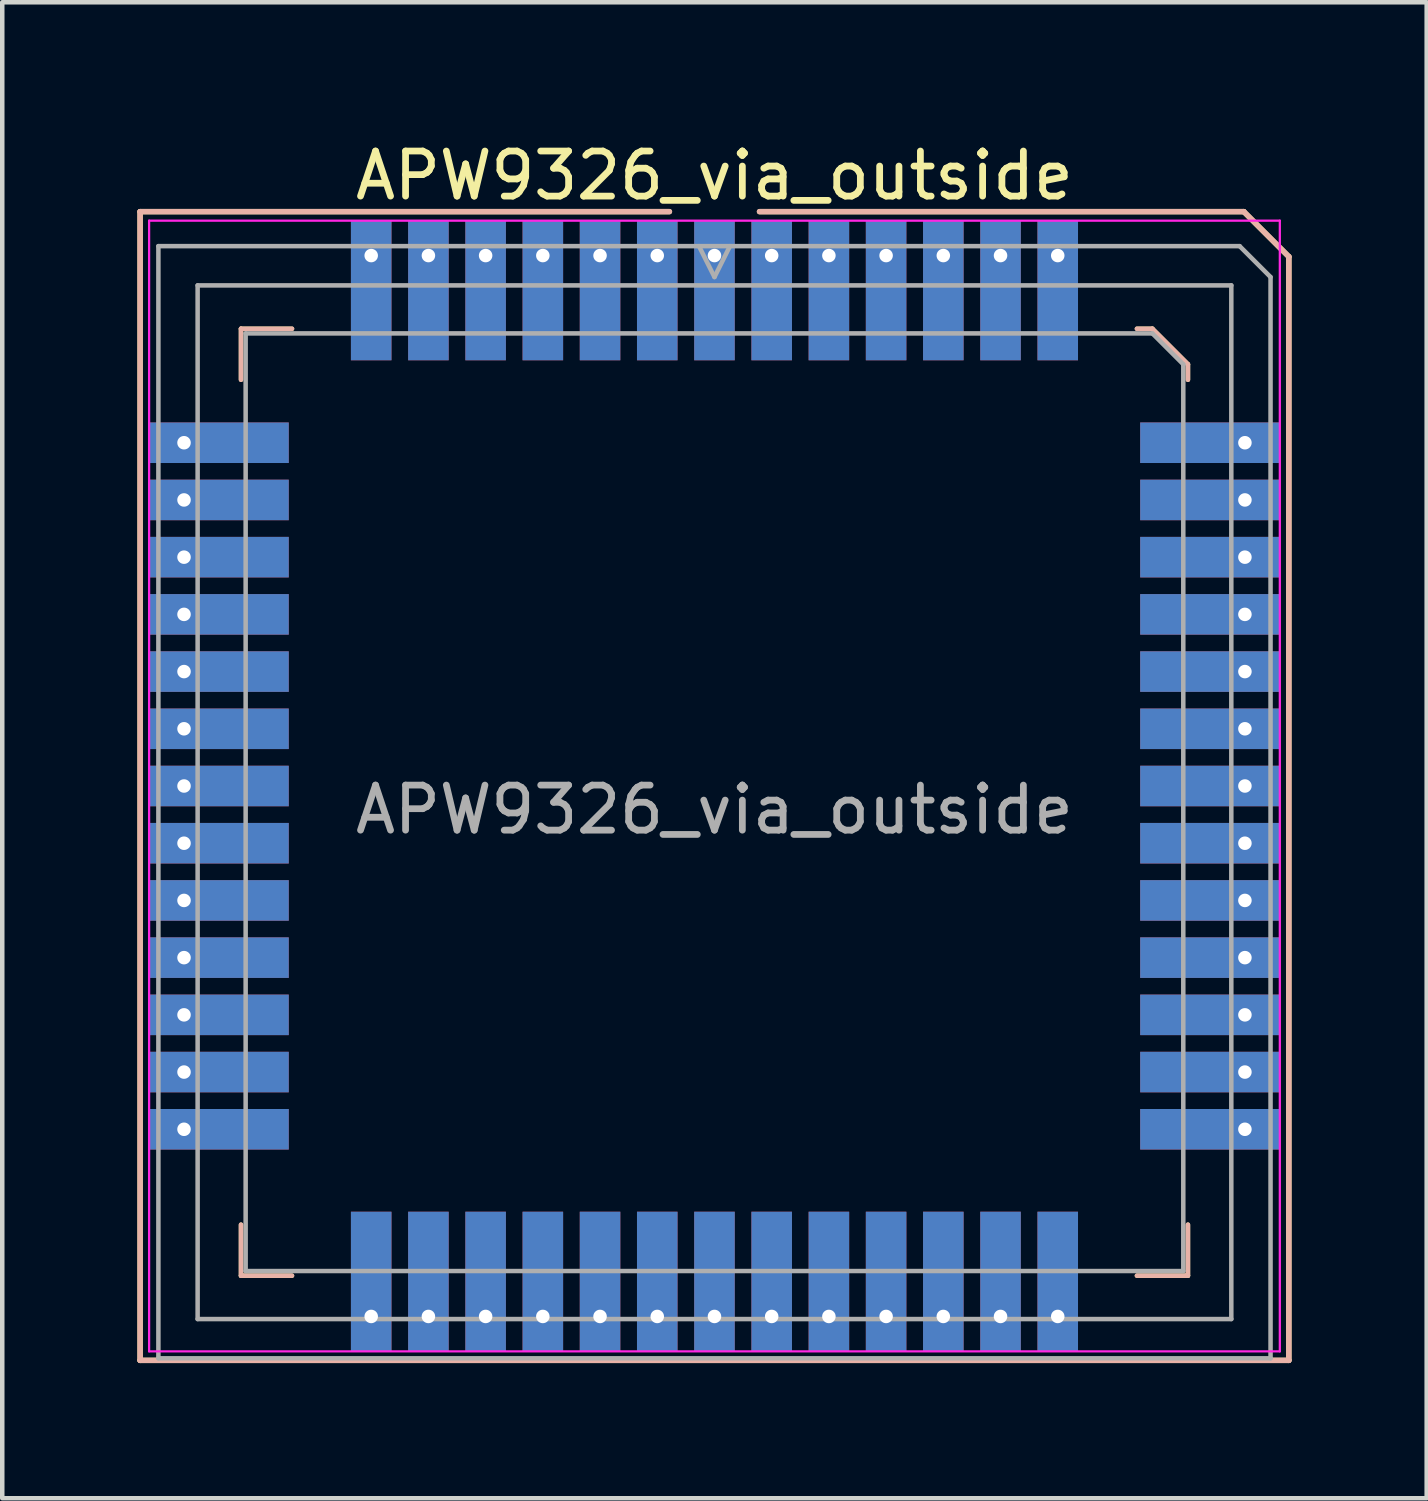
<source format=kicad_pcb>
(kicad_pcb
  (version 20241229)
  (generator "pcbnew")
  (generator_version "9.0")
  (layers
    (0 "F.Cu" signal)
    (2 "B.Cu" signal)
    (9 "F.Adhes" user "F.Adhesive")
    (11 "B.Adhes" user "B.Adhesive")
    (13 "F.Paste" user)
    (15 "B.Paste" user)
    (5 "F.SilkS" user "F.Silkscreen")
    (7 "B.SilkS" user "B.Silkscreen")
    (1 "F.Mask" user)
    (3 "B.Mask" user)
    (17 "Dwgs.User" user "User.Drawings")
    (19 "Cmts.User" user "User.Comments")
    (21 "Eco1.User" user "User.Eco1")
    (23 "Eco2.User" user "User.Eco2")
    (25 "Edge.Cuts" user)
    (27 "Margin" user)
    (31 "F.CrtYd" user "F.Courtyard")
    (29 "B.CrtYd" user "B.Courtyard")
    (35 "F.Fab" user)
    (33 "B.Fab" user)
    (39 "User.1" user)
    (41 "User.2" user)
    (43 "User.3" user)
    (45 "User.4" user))
  (footprint "APW9326_via_outside"
    (layer "F.Cu")
    (at 12.81 14.398)
    (property "Reference" "APW9326_via_outside" (at 0 -13.55 180) (layer "F.SilkS") (effects (font (size 1 1) (thickness 0.15))))
    (attr smd)
    (fp_line (start -12.75 -12.75) (end -1 -12.75) (stroke (width 0.12) (type solid)) (layer "F.SilkS"))
    (fp_line (start -12.75 12.75) (end -12.75 -12.75) (stroke (width 0.12) (type solid)) (layer "F.SilkS"))
    (fp_line (start -10.51 -10.15) (end -10.51 -9.018) (stroke (width 0.1) (type solid)) (layer "F.SilkS"))
    (fp_line (start -10.51 10.87) (end -10.51 9.738) (stroke (width 0.1) (type solid)) (layer "F.SilkS"))
    (fp_line (start -9.378 -10.15) (end -10.51 -10.15) (stroke (width 0.1) (type solid)) (layer "F.SilkS"))
    (fp_line (start -9.378 10.87) (end -10.51 10.87) (stroke (width 0.1) (type solid)) (layer "F.SilkS"))
    (fp_line (start 1 -12.75) (end 11.75 -12.75) (stroke (width 0.12) (type solid)) (layer "F.SilkS"))
    (fp_line (start 9.378 -10.15) (end 9.721 -10.15) (stroke (width 0.1) (type solid)) (layer "F.SilkS"))
    (fp_line (start 9.378 10.87) (end 10.51 10.87) (stroke (width 0.1) (type solid)) (layer "F.SilkS"))
    (fp_line (start 9.721 -10.15) (end 10.51 -9.361) (stroke (width 0.1) (type solid)) (layer "F.SilkS"))
    (fp_line (start 10.51 -9.361) (end 10.51 -9.018) (stroke (width 0.1) (type solid)) (layer "F.SilkS"))
    (fp_line (start 10.51 10.87) (end 10.51 9.738) (stroke (width 0.1) (type solid)) (layer "F.SilkS"))
    (fp_line (start 11.75 -12.75) (end 12.75 -11.75) (stroke (width 0.12) (type solid)) (layer "F.SilkS"))
    (fp_line (start 12.75 -11.75) (end 12.75 12.75) (stroke (width 0.12) (type solid)) (layer "F.SilkS"))
    (fp_line (start 12.75 12.75) (end -12.75 12.75) (stroke (width 0.12) (type solid)) (layer "F.SilkS"))
    (fp_line (start -12.75 -12.75) (end -1 -12.75) (stroke (width 0.12) (type solid)) (layer "B.SilkS"))
    (fp_line (start -12.75 12.75) (end -12.75 -12.75) (stroke (width 0.12) (type solid)) (layer "B.SilkS"))
    (fp_line (start -10.51 -10.15) (end -10.51 -9.018) (stroke (width 0.1) (type solid)) (layer "B.SilkS"))
    (fp_line (start -10.51 10.87) (end -10.51 9.738) (stroke (width 0.1) (type solid)) (layer "B.SilkS"))
    (fp_line (start -9.378 -10.15) (end -10.51 -10.15) (stroke (width 0.1) (type solid)) (layer "B.SilkS"))
    (fp_line (start -9.378 10.87) (end -10.51 10.87) (stroke (width 0.1) (type solid)) (layer "B.SilkS"))
    (fp_line (start 1 -12.75) (end 11.75 -12.75) (stroke (width 0.12) (type solid)) (layer "B.SilkS"))
    (fp_line (start 9.378 -10.15) (end 9.721 -10.15) (stroke (width 0.1) (type solid)) (layer "B.SilkS"))
    (fp_line (start 9.378 10.87) (end 10.51 10.87) (stroke (width 0.1) (type solid)) (layer "B.SilkS"))
    (fp_line (start 9.721 -10.15) (end 10.51 -9.361) (stroke (width 0.1) (type solid)) (layer "B.SilkS"))
    (fp_line (start 10.51 -9.361) (end 10.51 -9.018) (stroke (width 0.1) (type solid)) (layer "B.SilkS"))
    (fp_line (start 10.51 10.87) (end 10.51 9.738) (stroke (width 0.1) (type solid)) (layer "B.SilkS"))
    (fp_line (start 11.75 -12.75) (end 12.75 -11.75) (stroke (width 0.12) (type solid)) (layer "B.SilkS"))
    (fp_line (start 12.75 -11.75) (end 12.75 12.75) (stroke (width 0.12) (type solid)) (layer "B.SilkS"))
    (fp_line (start 12.75 12.75) (end -12.75 12.75) (stroke (width 0.12) (type solid)) (layer "B.SilkS"))
    (fp_line (start -12.55 -12.55) (end 12.55 -12.55) (stroke (width 0.05) (type solid)) (layer "F.CrtYd"))
    (fp_line (start -12.55 12.55) (end -12.55 -12.55) (stroke (width 0.05) (type solid)) (layer "F.CrtYd"))
    (fp_line (start 12.55 -12.55) (end 12.55 12.55) (stroke (width 0.05) (type solid)) (layer "F.CrtYd"))
    (fp_line (start 12.55 12.55) (end -12.55 12.55) (stroke (width 0.05) (type solid)) (layer "F.CrtYd"))
    (fp_line (start -12.344 -11.984) (end 11.658 -11.984) (stroke (width 0.1) (type solid)) (layer "F.Fab"))
    (fp_line (start -12.344 12.704) (end -12.344 -11.984) (stroke (width 0.1) (type solid)) (layer "F.Fab"))
    (fp_line (start -11.473 -11.113) (end 11.473 -11.113) (stroke (width 0.1) (type solid)) (layer "F.Fab"))
    (fp_line (start -11.473 11.833) (end -11.473 -11.113) (stroke (width 0.1) (type solid)) (layer "F.Fab"))
    (fp_line (start -10.407 -10.047) (end 9.721 -10.047) (stroke (width 0.1) (type solid)) (layer "F.Fab"))
    (fp_line (start -10.407 10.767) (end -10.407 -10.047) (stroke (width 0.1) (type solid)) (layer "F.Fab"))
    (fp_line (start 0 -11.298) (end -0.343 -11.984) (stroke (width 0.1) (type solid)) (layer "F.Fab"))
    (fp_line (start 0.343 -11.984) (end 0 -11.298) (stroke (width 0.1) (type solid)) (layer "F.Fab"))
    (fp_line (start 9.721 -10.047) (end 10.407 -9.361) (stroke (width 0.1) (type solid)) (layer "F.Fab"))
    (fp_line (start 10.407 -9.361) (end 10.407 10.767) (stroke (width 0.1) (type solid)) (layer "F.Fab"))
    (fp_line (start 10.407 10.767) (end -10.407 10.767) (stroke (width 0.1) (type solid)) (layer "F.Fab"))
    (fp_line (start 11.473 -11.113) (end 11.473 11.833) (stroke (width 0.1) (type solid)) (layer "F.Fab"))
    (fp_line (start 11.473 11.833) (end -11.473 11.833) (stroke (width 0.1) (type solid)) (layer "F.Fab"))
    (fp_line (start 11.658 -11.984) (end 12.344 -11.298) (stroke (width 0.1) (type solid)) (layer "F.Fab"))
    (fp_line (start 12.344 -11.298) (end 12.344 12.704) (stroke (width 0.1) (type solid)) (layer "F.Fab"))
    (fp_line (start 12.344 12.704) (end -12.344 12.704) (stroke (width 0.1) (type solid)) (layer "F.Fab"))
    (fp_text user "${REFERENCE}" (at 0 0.525 180) (layer "F.Fab") (effects (font (size 1 1) (thickness 0.15))))
    (pad "1" thru_hole rect (at 0 -11.775) (size 0.9 3.1) (drill 0.3 (offset 0 0.775)) (layers "*.Cu" "*.Mask"))
    (pad "2" thru_hole rect (at 1.27 -11.775) (size 0.9 3.1) (drill 0.3 (offset 0 0.775)) (layers "*.Cu" "*.Mask"))
    (pad "3" thru_hole rect (at 2.54 -11.775) (size 0.9 3.1) (drill 0.3 (offset 0 0.775)) (layers "*.Cu" "*.Mask"))
    (pad "4" thru_hole rect (at 3.81 -11.775) (size 0.9 3.1) (drill 0.3 (offset 0 0.775)) (layers "*.Cu" "*.Mask"))
    (pad "5" thru_hole rect (at 5.08 -11.775) (size 0.9 3.1) (drill 0.3 (offset 0 0.775)) (layers "*.Cu" "*.Mask"))
    (pad "6" thru_hole rect (at 6.35 -11.775) (size 0.9 3.1) (drill 0.3 (offset 0 0.775)) (layers "*.Cu" "*.Mask"))
    (pad "7" thru_hole rect (at 7.62 -11.775) (size 0.9 3.1) (drill 0.3 (offset 0 0.775)) (layers "*.Cu" "*.Mask"))
    (pad "8" thru_hole rect (at 11.775 -7.62) (size 3.1 0.9) (drill 0.3 (offset -0.775 0)) (layers "*.Cu" "*.Mask"))
    (pad "9" thru_hole rect (at 11.775 -6.35) (size 3.1 0.9) (drill 0.3 (offset -0.775 0)) (layers "*.Cu" "*.Mask"))
    (pad "10" thru_hole rect (at 11.775 -5.08) (size 3.1 0.9) (drill 0.3 (offset -0.775 0)) (layers "*.Cu" "*.Mask"))
    (pad "11" thru_hole rect (at 11.775 -3.81) (size 3.1 0.9) (drill 0.3 (offset -0.775 0)) (layers "*.Cu" "*.Mask"))
    (pad "12" thru_hole rect (at 11.775 -2.54) (size 3.1 0.9) (drill 0.3 (offset -0.775 0)) (layers "*.Cu" "*.Mask"))
    (pad "13" thru_hole rect (at 11.775 -1.27) (size 3.1 0.9) (drill 0.3 (offset -0.775 0)) (layers "*.Cu" "*.Mask"))
    (pad "14" thru_hole rect (at 11.775 0) (size 3.1 0.9) (drill 0.3 (offset -0.775 0)) (layers "*.Cu" "*.Mask"))
    (pad "15" thru_hole rect (at 11.775 1.27) (size 3.1 0.9) (drill 0.3 (offset -0.775 0)) (layers "*.Cu" "*.Mask"))
    (pad "16" thru_hole rect (at 11.775 2.54) (size 3.1 0.9) (drill 0.3 (offset -0.775 0)) (layers "*.Cu" "*.Mask"))
    (pad "17" thru_hole rect (at 11.775 3.81) (size 3.1 0.9) (drill 0.3 (offset -0.775 0)) (layers "*.Cu" "*.Mask"))
    (pad "18" thru_hole rect (at 11.775 5.08) (size 3.1 0.9) (drill 0.3 (offset -0.775 0)) (layers "*.Cu" "*.Mask"))
    (pad "19" thru_hole rect (at 11.775 6.35) (size 3.1 0.9) (drill 0.3 (offset -0.775 0)) (layers "*.Cu" "*.Mask"))
    (pad "20" thru_hole rect (at 11.775 7.62) (size 3.1 0.9) (drill 0.3 (offset -0.775 0)) (layers "*.Cu" "*.Mask"))
    (pad "21" thru_hole rect (at 7.62 11.775) (size 0.9 3.1) (drill 0.3 (offset 0 -0.775)) (layers "*.Cu" "*.Mask"))
    (pad "22" thru_hole rect (at 6.35 11.775) (size 0.9 3.1) (drill 0.3 (offset 0 -0.775)) (layers "*.Cu" "*.Mask"))
    (pad "23" thru_hole rect (at 5.08 11.775) (size 0.9 3.1) (drill 0.3 (offset 0 -0.775)) (layers "*.Cu" "*.Mask"))
    (pad "24" thru_hole rect (at 3.81 11.775) (size 0.9 3.1) (drill 0.3 (offset 0 -0.775)) (layers "*.Cu" "*.Mask"))
    (pad "25" thru_hole rect (at 2.54 11.775) (size 0.9 3.1) (drill 0.3 (offset 0 -0.775)) (layers "*.Cu" "*.Mask"))
    (pad "26" thru_hole rect (at 1.27 11.775) (size 0.9 3.1) (drill 0.3 (offset 0 -0.775)) (layers "*.Cu" "*.Mask"))
    (pad "27" thru_hole rect (at 0 11.775) (size 0.9 3.1) (drill 0.3 (offset 0 -0.775)) (layers "*.Cu" "*.Mask"))
    (pad "28" thru_hole rect (at -1.27 11.775) (size 0.9 3.1) (drill 0.3 (offset 0 -0.775)) (layers "*.Cu" "*.Mask"))
    (pad "29" thru_hole rect (at -2.54 11.775) (size 0.9 3.1) (drill 0.3 (offset 0 -0.775)) (layers "*.Cu" "*.Mask"))
    (pad "30" thru_hole rect (at -3.81 11.775) (size 0.9 3.1) (drill 0.3 (offset 0 -0.775)) (layers "*.Cu" "*.Mask"))
    (pad "31" thru_hole rect (at -5.08 11.775) (size 0.9 3.1) (drill 0.3 (offset 0 -0.775)) (layers "*.Cu" "*.Mask"))
    (pad "32" thru_hole rect (at -6.35 11.775) (size 0.9 3.1) (drill 0.3 (offset 0 -0.775)) (layers "*.Cu" "*.Mask"))
    (pad "33" thru_hole rect (at -7.62 11.775) (size 0.9 3.1) (drill 0.3 (offset 0 -0.775)) (layers "*.Cu" "*.Mask"))
    (pad "34" thru_hole rect (at -11.775 7.62) (size 3.1 0.9) (drill 0.3 (offset 0.775 0)) (layers "*.Cu" "*.Mask"))
    (pad "35" thru_hole rect (at -11.775 6.35) (size 3.1 0.9) (drill 0.3 (offset 0.775 0)) (layers "*.Cu" "*.Mask"))
    (pad "36" thru_hole rect (at -11.775 5.08) (size 3.1 0.9) (drill 0.3 (offset 0.775 0)) (layers "*.Cu" "*.Mask"))
    (pad "37" thru_hole rect (at -11.775 3.81) (size 3.1 0.9) (drill 0.3 (offset 0.775 0)) (layers "*.Cu" "*.Mask"))
    (pad "38" thru_hole rect (at -11.775 2.54) (size 3.1 0.9) (drill 0.3 (offset 0.775 0)) (layers "*.Cu" "*.Mask"))
    (pad "39" thru_hole rect (at -11.775 1.27) (size 3.1 0.9) (drill 0.3 (offset 0.775 0)) (layers "*.Cu" "*.Mask"))
    (pad "40" thru_hole rect (at -11.775 0) (size 3.1 0.9) (drill 0.3 (offset 0.775 0)) (layers "*.Cu" "*.Mask"))
    (pad "41" thru_hole rect (at -11.775 -1.27) (size 3.1 0.9) (drill 0.3 (offset 0.775 0)) (layers "*.Cu" "*.Mask"))
    (pad "42" thru_hole rect (at -11.775 -2.54) (size 3.1 0.9) (drill 0.3 (offset 0.775 0)) (layers "*.Cu" "*.Mask"))
    (pad "43" thru_hole rect (at -11.775 -3.81) (size 3.1 0.9) (drill 0.3 (offset 0.775 0)) (layers "*.Cu" "*.Mask"))
    (pad "44" thru_hole rect (at -11.775 -5.08) (size 3.1 0.9) (drill 0.3 (offset 0.775 0)) (layers "*.Cu" "*.Mask"))
    (pad "45" thru_hole rect (at -11.775 -6.35) (size 3.1 0.9) (drill 0.3 (offset 0.775 0)) (layers "*.Cu" "*.Mask"))
    (pad "46" thru_hole rect (at -11.775 -7.62) (size 3.1 0.9) (drill 0.3 (offset 0.775 0)) (layers "*.Cu" "*.Mask"))
    (pad "47" thru_hole rect (at -7.62 -11.775) (size 0.9 3.1) (drill 0.3 (offset 0 0.775)) (layers "*.Cu" "*.Mask"))
    (pad "48" thru_hole rect (at -6.35 -11.775) (size 0.9 3.1) (drill 0.3 (offset 0 0.775)) (layers "*.Cu" "*.Mask"))
    (pad "49" thru_hole rect (at -5.08 -11.775) (size 0.9 3.1) (drill 0.3 (offset 0 0.775)) (layers "*.Cu" "*.Mask"))
    (pad "50" thru_hole rect (at -3.81 -11.775) (size 0.9 3.1) (drill 0.3 (offset 0 0.775)) (layers "*.Cu" "*.Mask"))
    (pad "51" thru_hole rect (at -2.54 -11.775) (size 0.9 3.1) (drill 0.3 (offset 0 0.775)) (layers "*.Cu" "*.Mask"))
    (pad "52" thru_hole rect (at -1.27 -11.775) (size 0.9 3.1) (drill 0.3 (offset 0 0.775)) (layers "*.Cu" "*.Mask")))
  (gr_rect
    (start -3 -3)
    (end 28.62 30.208)
    (stroke (width 0.1) (type default))
    (fill no)
    (layer "Edge.Cuts")))
</source>
